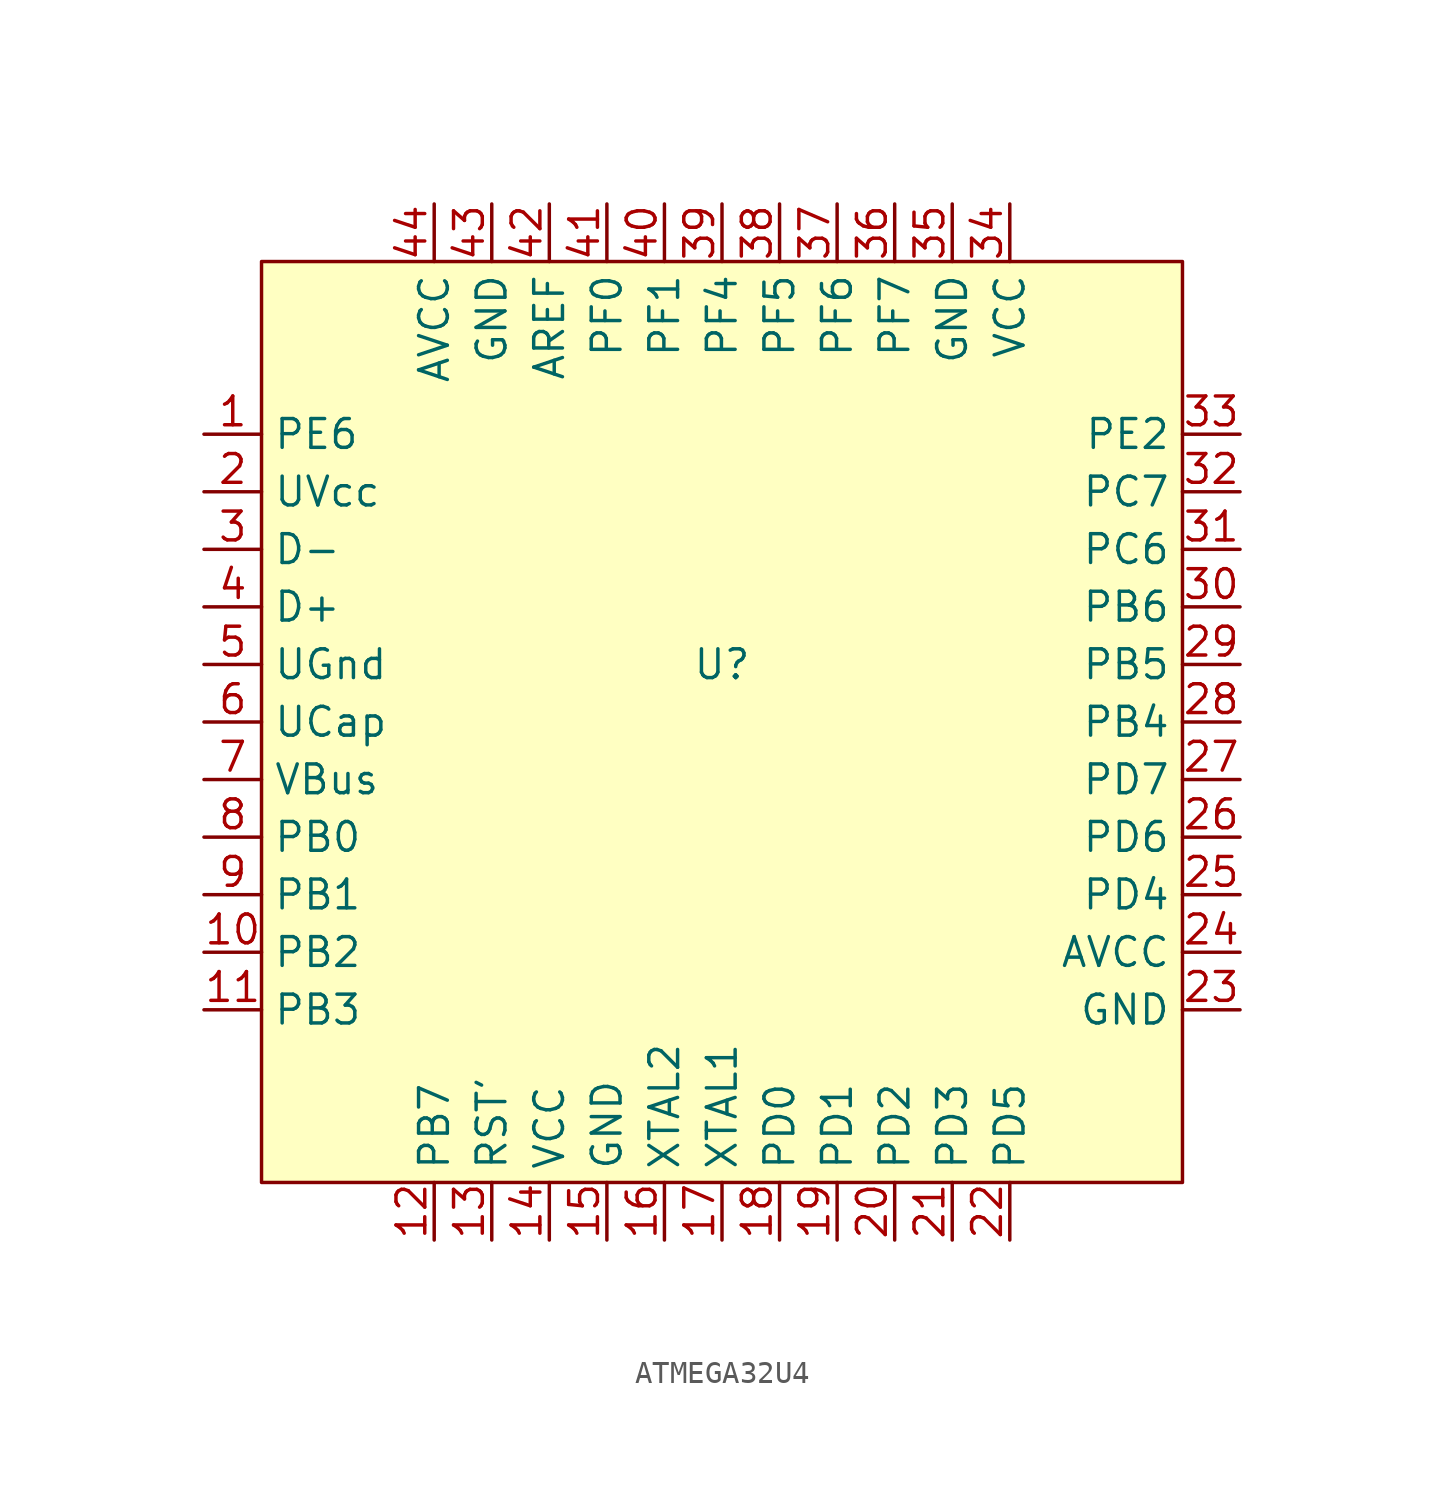
<source format=kicad_sym>
(kicad_symbol_lib
  (version 20220914)
  (generator kicad_symbol_editor)
  (symbol "ATMEGA32U4"
    (property "Reference" "U"
      (at 0 2.54 0)
      (effects (font (size 1.27 1.27))))
    (property "Value" ""
      (at 0 0 0)
      (effects (font (size 1.27 1.27))))
    (symbol "ATMEGA32U4_1_1"
      (rectangle (start -20.32 20.32) (end 20.32 -20.32) (stroke (width 0) (type default)) (fill (type background)))
      (pin input line (at -22.86 12.7 0) (length 2.54) (name "PE6" (effects (font (size 1.27 1.27)))) (number "1" (effects (font (size 1.27 1.27)))))
      (pin input line (at -22.86 -10.16 0) (length 2.54) (name "PB2" (effects (font (size 1.27 1.27)))) (number "10" (effects (font (size 1.27 1.27)))))
      (pin input line (at -22.86 -12.7 0) (length 2.54) (name "PB3" (effects (font (size 1.27 1.27)))) (number "11" (effects (font (size 1.27 1.27)))))
      (pin input line (at -12.7 -22.86 90) (length 2.54) (name "PB7" (effects (font (size 1.27 1.27)))) (number "12" (effects (font (size 1.27 1.27)))))
      (pin input line (at -10.16 -22.86 90) (length 2.54) (name "RST'" (effects (font (size 1.27 1.27)))) (number "13" (effects (font (size 1.27 1.27)))))
      (pin input line (at -7.62 -22.86 90) (length 2.54) (name "VCC" (effects (font (size 1.27 1.27)))) (number "14" (effects (font (size 1.27 1.27)))))
      (pin input line (at -5.08 -22.86 90) (length 2.54) (name "GND" (effects (font (size 1.27 1.27)))) (number "15" (effects (font (size 1.27 1.27)))))
      (pin input line (at -2.54 -22.86 90) (length 2.54) (name "XTAL2" (effects (font (size 1.27 1.27)))) (number "16" (effects (font (size 1.27 1.27)))))
      (pin input line (at 0 -22.86 90) (length 2.54) (name "XTAL1" (effects (font (size 1.27 1.27)))) (number "17" (effects (font (size 1.27 1.27)))))
      (pin input line (at 2.54 -22.86 90) (length 2.54) (name "PD0" (effects (font (size 1.27 1.27)))) (number "18" (effects (font (size 1.27 1.27)))))
      (pin input line (at 5.08 -22.86 90) (length 2.54) (name "PD1" (effects (font (size 1.27 1.27)))) (number "19" (effects (font (size 1.27 1.27)))))
      (pin input line (at -22.86 10.16 0) (length 2.54) (name "UVcc" (effects (font (size 1.27 1.27)))) (number "2" (effects (font (size 1.27 1.27)))))
      (pin input line (at 7.62 -22.86 90) (length 2.54) (name "PD2" (effects (font (size 1.27 1.27)))) (number "20" (effects (font (size 1.27 1.27)))))
      (pin input line (at 10.16 -22.86 90) (length 2.54) (name "PD3" (effects (font (size 1.27 1.27)))) (number "21" (effects (font (size 1.27 1.27)))))
      (pin input line (at 12.7 -22.86 90) (length 2.54) (name "PD5" (effects (font (size 1.27 1.27)))) (number "22" (effects (font (size 1.27 1.27)))))
      (pin input line (at 22.86 -12.7 180) (length 2.54) (name "GND" (effects (font (size 1.27 1.27)))) (number "23" (effects (font (size 1.27 1.27)))))
      (pin input line (at 22.86 -10.16 180) (length 2.54) (name "AVCC" (effects (font (size 1.27 1.27)))) (number "24" (effects (font (size 1.27 1.27)))))
      (pin input line (at 22.86 -7.62 180) (length 2.54) (name "PD4" (effects (font (size 1.27 1.27)))) (number "25" (effects (font (size 1.27 1.27)))))
      (pin input line (at 22.86 -5.08 180) (length 2.54) (name "PD6" (effects (font (size 1.27 1.27)))) (number "26" (effects (font (size 1.27 1.27)))))
      (pin input line (at 22.86 -2.54 180) (length 2.54) (name "PD7" (effects (font (size 1.27 1.27)))) (number "27" (effects (font (size 1.27 1.27)))))
      (pin input line (at 22.86 0 180) (length 2.54) (name "PB4" (effects (font (size 1.27 1.27)))) (number "28" (effects (font (size 1.27 1.27)))))
      (pin input line (at 22.86 2.54 180) (length 2.54) (name "PB5" (effects (font (size 1.27 1.27)))) (number "29" (effects (font (size 1.27 1.27)))))
      (pin input line (at -22.86 7.62 0) (length 2.54) (name "D-" (effects (font (size 1.27 1.27)))) (number "3" (effects (font (size 1.27 1.27)))))
      (pin input line (at 22.86 5.08 180) (length 2.54) (name "PB6" (effects (font (size 1.27 1.27)))) (number "30" (effects (font (size 1.27 1.27)))))
      (pin input line (at 22.86 7.62 180) (length 2.54) (name "PC6" (effects (font (size 1.27 1.27)))) (number "31" (effects (font (size 1.27 1.27)))))
      (pin input line (at 22.86 10.16 180) (length 2.54) (name "PC7" (effects (font (size 1.27 1.27)))) (number "32" (effects (font (size 1.27 1.27)))))
      (pin input line (at 22.86 12.7 180) (length 2.54) (name "PE2" (effects (font (size 1.27 1.27)))) (number "33" (effects (font (size 1.27 1.27)))))
      (pin input line (at 12.7 22.86 270) (length 2.54) (name "VCC" (effects (font (size 1.27 1.27)))) (number "34" (effects (font (size 1.27 1.27)))))
      (pin input line (at 10.16 22.86 270) (length 2.54) (name "GND" (effects (font (size 1.27 1.27)))) (number "35" (effects (font (size 1.27 1.27)))))
      (pin input line (at 7.62 22.86 270) (length 2.54) (name "PF7" (effects (font (size 1.27 1.27)))) (number "36" (effects (font (size 1.27 1.27)))))
      (pin input line (at 5.08 22.86 270) (length 2.54) (name "PF6" (effects (font (size 1.27 1.27)))) (number "37" (effects (font (size 1.27 1.27)))))
      (pin input line (at 2.54 22.86 270) (length 2.54) (name "PF5" (effects (font (size 1.27 1.27)))) (number "38" (effects (font (size 1.27 1.27)))))
      (pin input line (at 0 22.86 270) (length 2.54) (name "PF4" (effects (font (size 1.27 1.27)))) (number "39" (effects (font (size 1.27 1.27)))))
      (pin input line (at -22.86 5.08 0) (length 2.54) (name "D+" (effects (font (size 1.27 1.27)))) (number "4" (effects (font (size 1.27 1.27)))))
      (pin input line (at -2.54 22.86 270) (length 2.54) (name "PF1" (effects (font (size 1.27 1.27)))) (number "40" (effects (font (size 1.27 1.27)))))
      (pin input line (at -5.08 22.86 270) (length 2.54) (name "PF0" (effects (font (size 1.27 1.27)))) (number "41" (effects (font (size 1.27 1.27)))))
      (pin input line (at -7.62 22.86 270) (length 2.54) (name "AREF" (effects (font (size 1.27 1.27)))) (number "42" (effects (font (size 1.27 1.27)))))
      (pin input line (at -10.16 22.86 270) (length 2.54) (name "GND" (effects (font (size 1.27 1.27)))) (number "43" (effects (font (size 1.27 1.27)))))
      (pin input line (at -12.7 22.86 270) (length 2.54) (name "AVCC" (effects (font (size 1.27 1.27)))) (number "44" (effects (font (size 1.27 1.27)))))
      (pin input line (at -22.86 2.54 0) (length 2.54) (name "UGnd" (effects (font (size 1.27 1.27)))) (number "5" (effects (font (size 1.27 1.27)))))
      (pin input line (at -22.86 0 0) (length 2.54) (name "UCap" (effects (font (size 1.27 1.27)))) (number "6" (effects (font (size 1.27 1.27)))))
      (pin input line (at -22.86 -2.54 0) (length 2.54) (name "VBus" (effects (font (size 1.27 1.27)))) (number "7" (effects (font (size 1.27 1.27)))))
      (pin input line (at -22.86 -5.08 0) (length 2.54) (name "PB0" (effects (font (size 1.27 1.27)))) (number "8" (effects (font (size 1.27 1.27)))))
      (pin input line (at -22.86 -7.62 0) (length 2.54) (name "PB1" (effects (font (size 1.27 1.27)))) (number "9" (effects (font (size 1.27 1.27))))))))
</source>
